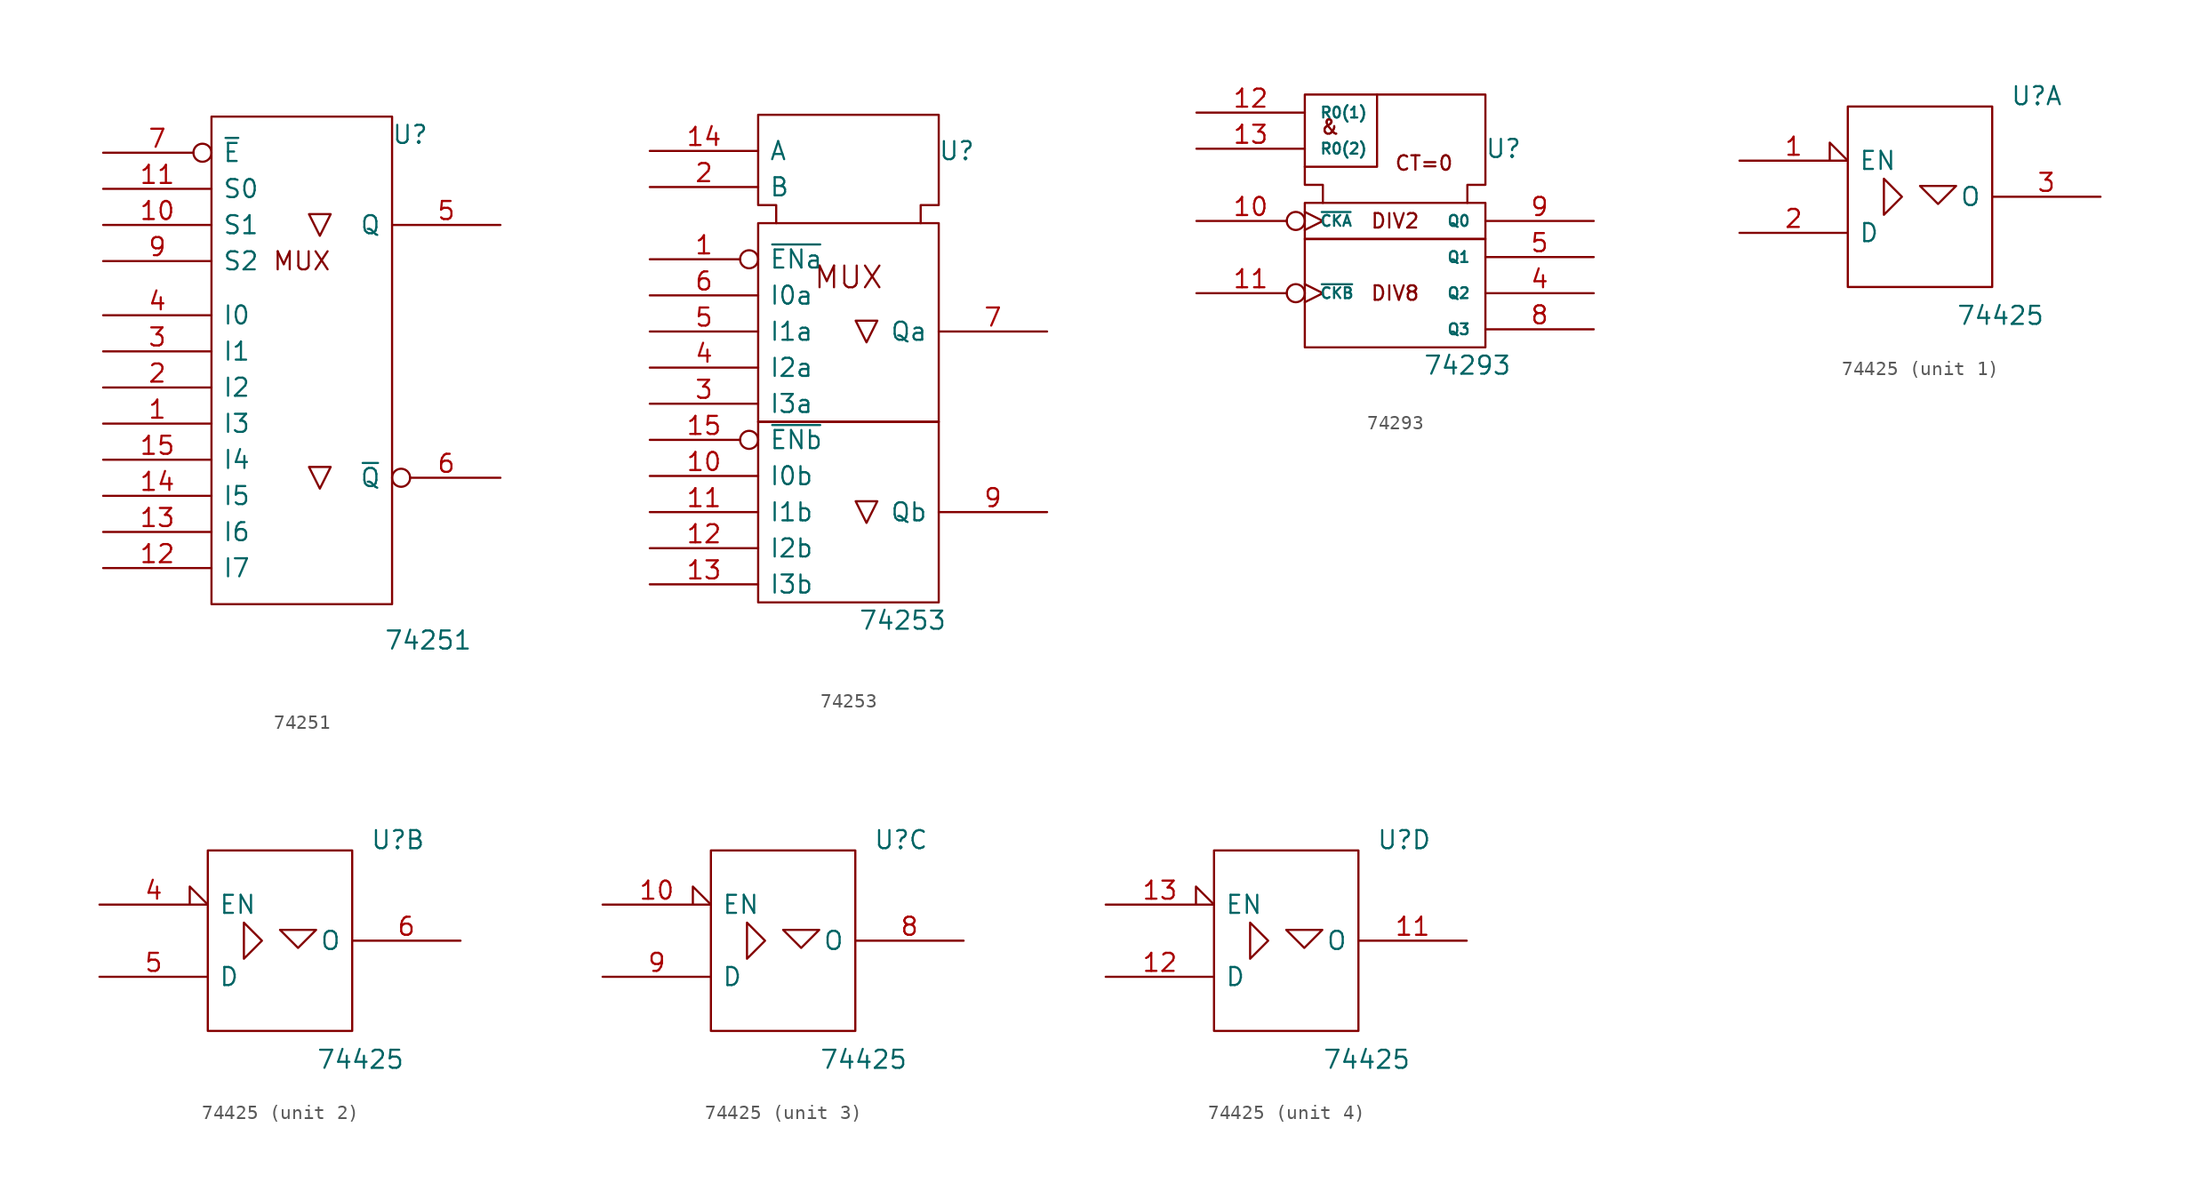
<source format=kicad_sym>
(kicad_symbol_lib
  (version 20201005)
  (generator kicad_symbol_editor)
  (symbol "74xx_IEEE:74251"
    (pin_names
      (offset 0.762))
    (property "Reference" "U"
      (at 7.62 15.24 0)
      (effects (font (size 1.27 1.27))))
    (property "Value" "74251"
      (at 8.89 -20.32 0)
      (effects (font (size 1.27 1.27))))
    (symbol "74251_0_0"
      (text "MUX" (at 0 6.35 0) (effects (font (size 1.27 1.27))))
      (rectangle (start -6.35 16.51) (end 6.35 -17.78) (stroke (width 0)) (fill (type none)))
      (polyline (pts (xy 2.032 -8.128) (xy 0.508 -8.128) (xy 1.27 -9.652) (xy 2.032 -8.128) (xy 2.032 -8.128)) (stroke (width 0)) (fill (type none)))
      (polyline (pts (xy 2.032 9.652) (xy 0.508 9.652) (xy 1.27 8.128) (xy 2.032 9.652) (xy 2.032 9.652)) (stroke (width 0)) (fill (type none)))
      (pin power_in line (at 0 16.51 270) (length 0) hide (name "VCC" (effects (font (size 1.27 1.27)))) (number "16" (effects (font (size 1.27 1.27)))))
      (pin power_in line (at 0 -17.78 90) (length 0) hide (name "GND" (effects (font (size 1.27 1.27)))) (number "8" (effects (font (size 1.27 1.27))))))
    (symbol "74251_1_1"
      (pin input line (at -13.97 -5.08 0) (length 7.62) (name "I3" (effects (font (size 1.27 1.27)))) (number "1" (effects (font (size 1.27 1.27)))))
      (pin input line (at -13.97 8.89 0) (length 7.62) (name "S1" (effects (font (size 1.27 1.27)))) (number "10" (effects (font (size 1.27 1.27)))))
      (pin input line (at -13.97 11.43 0) (length 7.62) (name "S0" (effects (font (size 1.27 1.27)))) (number "11" (effects (font (size 1.27 1.27)))))
      (pin input line (at -13.97 -15.24 0) (length 7.62) (name "I7" (effects (font (size 1.27 1.27)))) (number "12" (effects (font (size 1.27 1.27)))))
      (pin input line (at -13.97 -12.7 0) (length 7.62) (name "I6" (effects (font (size 1.27 1.27)))) (number "13" (effects (font (size 1.27 1.27)))))
      (pin input line (at -13.97 -10.16 0) (length 7.62) (name "I5" (effects (font (size 1.27 1.27)))) (number "14" (effects (font (size 1.27 1.27)))))
      (pin input line (at -13.97 -7.62 0) (length 7.62) (name "I4" (effects (font (size 1.27 1.27)))) (number "15" (effects (font (size 1.27 1.27)))))
      (pin input line (at -13.97 -2.54 0) (length 7.62) (name "I2" (effects (font (size 1.27 1.27)))) (number "2" (effects (font (size 1.27 1.27)))))
      (pin input line (at -13.97 0 0) (length 7.62) (name "I1" (effects (font (size 1.27 1.27)))) (number "3" (effects (font (size 1.27 1.27)))))
      (pin input line (at -13.97 2.54 0) (length 7.62) (name "I0" (effects (font (size 1.27 1.27)))) (number "4" (effects (font (size 1.27 1.27)))))
      (pin tri_state line (at 13.97 8.89 180) (length 7.62) (name "Q" (effects (font (size 1.27 1.27)))) (number "5" (effects (font (size 1.27 1.27)))))
      (pin tri_state inverted (at 13.97 -8.89 180) (length 7.62) (name "~Q" (effects (font (size 1.27 1.27)))) (number "6" (effects (font (size 1.27 1.27)))))
      (pin input inverted (at -13.97 13.97 0) (length 7.62) (name "~E" (effects (font (size 1.27 1.27)))) (number "7" (effects (font (size 1.27 1.27)))))
      (pin input line (at -13.97 6.35 0) (length 7.62) (name "S2" (effects (font (size 1.27 1.27)))) (number "9" (effects (font (size 1.27 1.27)))))))
  (symbol "74xx_IEEE:74253"
    (pin_names
      (offset 0.762))
    (property "Reference" "U"
      (at 7.62 16.51 0)
      (effects (font (size 1.27 1.27))))
    (property "Value" "74253"
      (at 3.81 -16.51 0)
      (effects (font (size 1.27 1.27))))
    (symbol "74253_0_0"
      (text "MUX" (at 0 7.62 0) (effects (font (size 1.524 1.524))))
      (rectangle (start -6.35 -2.54) (end 6.35 -15.24) (stroke (width 0)) (fill (type none)))
      (rectangle (start -6.35 11.43) (end 6.35 -2.54) (stroke (width 0)) (fill (type none)))
      (polyline (pts (xy 2.032 -8.128) (xy 0.508 -8.128) (xy 1.27 -9.652) (xy 2.032 -8.128) (xy 2.032 -8.128)) (stroke (width 0)) (fill (type none)))
      (polyline (pts (xy 2.032 4.572) (xy 0.508 4.572) (xy 1.27 3.048) (xy 2.032 4.572) (xy 2.032 4.572)) (stroke (width 0)) (fill (type none)))
      (polyline (pts (xy -5.08 11.43) (xy -5.08 12.7) (xy -6.35 12.7) (xy -6.35 19.05) (xy 6.35 19.05) (xy 6.35 12.7) (xy 5.08 12.7) (xy 5.08 11.43) (xy 5.08 11.43)) (stroke (width 0)) (fill (type none)))
      (pin power_in line (at 3.81 19.05 270) (length 0) hide (name "VCC" (effects (font (size 1.27 1.27)))) (number "16" (effects (font (size 1.27 1.27)))))
      (pin power_in line (at 0 19.05 270) (length 0) hide (name "GND" (effects (font (size 1.27 1.27)))) (number "8" (effects (font (size 1.27 1.27))))))
    (symbol "74253_1_1"
      (pin input inverted (at -13.97 8.89 0) (length 7.62) (name "~ENa" (effects (font (size 1.27 1.27)))) (number "1" (effects (font (size 1.27 1.27)))))
      (pin input line (at -13.97 -6.35 0) (length 7.62) (name "I0b" (effects (font (size 1.27 1.27)))) (number "10" (effects (font (size 1.27 1.27)))))
      (pin input line (at -13.97 -8.89 0) (length 7.62) (name "I1b" (effects (font (size 1.27 1.27)))) (number "11" (effects (font (size 1.27 1.27)))))
      (pin input line (at -13.97 -11.43 0) (length 7.62) (name "I2b" (effects (font (size 1.27 1.27)))) (number "12" (effects (font (size 1.27 1.27)))))
      (pin input line (at -13.97 -13.97 0) (length 7.62) (name "I3b" (effects (font (size 1.27 1.27)))) (number "13" (effects (font (size 1.27 1.27)))))
      (pin input line (at -13.97 16.51 0) (length 7.62) (name "A" (effects (font (size 1.27 1.27)))) (number "14" (effects (font (size 1.27 1.27)))))
      (pin input inverted (at -13.97 -3.81 0) (length 7.62) (name "~ENb" (effects (font (size 1.27 1.27)))) (number "15" (effects (font (size 1.27 1.27)))))
      (pin input line (at -13.97 13.97 0) (length 7.62) (name "B" (effects (font (size 1.27 1.27)))) (number "2" (effects (font (size 1.27 1.27)))))
      (pin input line (at -13.97 -1.27 0) (length 7.62) (name "I3a" (effects (font (size 1.27 1.27)))) (number "3" (effects (font (size 1.27 1.27)))))
      (pin input line (at -13.97 1.27 0) (length 7.62) (name "I2a" (effects (font (size 1.27 1.27)))) (number "4" (effects (font (size 1.27 1.27)))))
      (pin input line (at -13.97 3.81 0) (length 7.62) (name "I1a" (effects (font (size 1.27 1.27)))) (number "5" (effects (font (size 1.27 1.27)))))
      (pin input line (at -13.97 6.35 0) (length 7.62) (name "I0a" (effects (font (size 1.27 1.27)))) (number "6" (effects (font (size 1.27 1.27)))))
      (pin tri_state line (at 13.97 3.81 180) (length 7.62) (name "Qa" (effects (font (size 1.27 1.27)))) (number "7" (effects (font (size 1.27 1.27)))))
      (pin tri_state line (at 13.97 -8.89 180) (length 7.62) (name "Qb" (effects (font (size 1.27 1.27)))) (number "9" (effects (font (size 1.27 1.27)))))))
  (symbol "74xx_IEEE:74293"
    (pin_names
      (offset 1.016))
    (property "Reference" "U"
      (at 7.62 5.08 0)
      (effects (font (size 1.27 1.27))))
    (property "Value" "74293"
      (at 5.08 -10.16 0)
      (effects (font (size 1.27 1.27))))
    (symbol "74293_0_0"
      (text "&" (at -4.572 6.604 0) (effects (font (size 1.016 1.016))))
      (text "CT=0" (at 2.032 4.064 0) (effects (font (size 1.016 1.016))))
      (text "DIV2" (at 0 0 0) (effects (font (size 1.016 1.016))))
      (text "DIV8" (at 0 -5.08 0) (effects (font (size 1.016 1.016))))
      (rectangle (start -6.35 -1.27) (end 6.35 -8.89) (stroke (width 0)) (fill (type none)))
      (rectangle (start -6.35 1.27) (end 6.35 -1.27) (stroke (width 0)) (fill (type none)))
      (polyline (pts (xy -1.27 8.89) (xy -1.27 3.81) (xy -6.35 3.81) (xy -6.35 3.81)) (stroke (width 0)) (fill (type none)))
      (polyline (pts (xy -5.08 1.27) (xy -5.08 2.54) (xy -6.35 2.54) (xy -6.35 8.89) (xy 6.35 8.89) (xy 6.35 2.54) (xy 5.08 2.54) (xy 5.08 1.27) (xy 5.08 1.27)) (stroke (width 0)) (fill (type none)))
      (pin power_in line (at 5.08 8.89 270) (length 0) hide (name "VCC" (effects (font (size 0.762 0.762)))) (number "14" (effects (font (size 1.27 1.27)))))
      (pin input line (at 0 8.89 270) (length 0) hide (name "GND" (effects (font (size 0.762 0.762)))) (number "7" (effects (font (size 1.27 1.27))))))
    (symbol "74293_1_1"
      (pin input inverted_clock (at -13.97 0 0) (length 7.62) (name "~CKA" (effects (font (size 0.762 0.762)))) (number "10" (effects (font (size 1.27 1.27)))))
      (pin input inverted_clock (at -13.97 -5.08 0) (length 7.62) (name "~CKB" (effects (font (size 0.762 0.762)))) (number "11" (effects (font (size 1.27 1.27)))))
      (pin input line (at -13.97 7.62 0) (length 7.62) (name "R0(1)" (effects (font (size 0.762 0.762)))) (number "12" (effects (font (size 1.27 1.27)))))
      (pin input line (at -13.97 5.08 0) (length 7.62) (name "R0(2)" (effects (font (size 0.762 0.762)))) (number "13" (effects (font (size 1.27 1.27)))))
      (pin output line (at 13.97 -5.08 180) (length 7.62) (name "Q2" (effects (font (size 0.762 0.762)))) (number "4" (effects (font (size 1.27 1.27)))))
      (pin output line (at 13.97 -2.54 180) (length 7.62) (name "Q1" (effects (font (size 0.762 0.762)))) (number "5" (effects (font (size 1.27 1.27)))))
      (pin output line (at 13.97 -7.62 180) (length 7.62) (name "Q3" (effects (font (size 0.762 0.762)))) (number "8" (effects (font (size 1.27 1.27)))))
      (pin output line (at 13.97 0 180) (length 7.62) (name "Q0" (effects (font (size 0.762 0.762)))) (number "9" (effects (font (size 1.27 1.27)))))))
  (symbol "74xx_IEEE:74425"
    (pin_names
      (offset 0.762))
    (property "Reference" "U"
      (at 6.35 6.35 0)
      (effects (font (size 1.27 1.27)) (justify left bottom)))
    (property "Value" "74425"
      (at 2.54 -7.62 0)
      (effects (font (size 1.27 1.27)) (justify left top)))
    (symbol "74425_0_1"
      (rectangle (start -5.08 6.35) (end 5.08 -6.35) (stroke (width 0)) (fill (type none)))
      (polyline (pts (xy -2.54 1.27) (xy -2.54 -1.27) (xy -1.27 0) (xy -2.54 1.27) (xy -2.54 1.27)) (stroke (width 0)) (fill (type none)))
      (polyline (pts (xy 0 0.762) (xy 2.54 0.762) (xy 1.27 -0.508) (xy 0 0.762) (xy 0 0.762)) (stroke (width 0)) (fill (type none)))
      (pin power_in line (at 0 6.35 270) (length 0) hide (name "VCC" (effects (font (size 1.27 1.27)))) (number "14" (effects (font (size 1.27 1.27)))))
      (pin power_in line (at 0 -6.35 90) (length 0) hide (name "GND" (effects (font (size 1.27 1.27)))) (number "7" (effects (font (size 1.27 1.27))))))
    (symbol "74425_1_0"
      (pin input input_low (at -12.7 2.54 0) (length 7.62) (name "EN" (effects (font (size 1.27 1.27)))) (number "1" (effects (font (size 1.27 1.27))))))
    (symbol "74425_1_1"
      (pin input line (at -12.7 -2.54 0) (length 7.62) (name "D" (effects (font (size 1.27 1.27)))) (number "2" (effects (font (size 1.27 1.27)))))
      (pin tri_state line (at 12.7 0 180) (length 7.62) (name "O" (effects (font (size 1.27 1.27)))) (number "3" (effects (font (size 1.27 1.27))))))
    (symbol "74425_2_0"
      (pin input input_low (at -12.7 2.54 0) (length 7.62) (name "EN" (effects (font (size 1.27 1.27)))) (number "4" (effects (font (size 1.27 1.27))))))
    (symbol "74425_2_1"
      (pin input line (at -12.7 -2.54 0) (length 7.62) (name "D" (effects (font (size 1.27 1.27)))) (number "5" (effects (font (size 1.27 1.27)))))
      (pin tri_state line (at 12.7 0 180) (length 7.62) (name "O" (effects (font (size 1.27 1.27)))) (number "6" (effects (font (size 1.27 1.27))))))
    (symbol "74425_3_0"
      (pin input input_low (at -12.7 2.54 0) (length 7.62) (name "EN" (effects (font (size 1.27 1.27)))) (number "10" (effects (font (size 1.27 1.27))))))
    (symbol "74425_3_1"
      (pin tri_state line (at 12.7 0 180) (length 7.62) (name "O" (effects (font (size 1.27 1.27)))) (number "8" (effects (font (size 1.27 1.27)))))
      (pin input line (at -12.7 -2.54 0) (length 7.62) (name "D" (effects (font (size 1.27 1.27)))) (number "9" (effects (font (size 1.27 1.27))))))
    (symbol "74425_4_0"
      (pin input input_low (at -12.7 2.54 0) (length 7.62) (name "EN" (effects (font (size 1.27 1.27)))) (number "13" (effects (font (size 1.27 1.27))))))
    (symbol "74425_4_1"
      (pin tri_state line (at 12.7 0 180) (length 7.62) (name "O" (effects (font (size 1.27 1.27)))) (number "11" (effects (font (size 1.27 1.27)))))
      (pin input line (at -12.7 -2.54 0) (length 7.62) (name "D" (effects (font (size 1.27 1.27)))) (number "12" (effects (font (size 1.27 1.27))))))))
</source>
